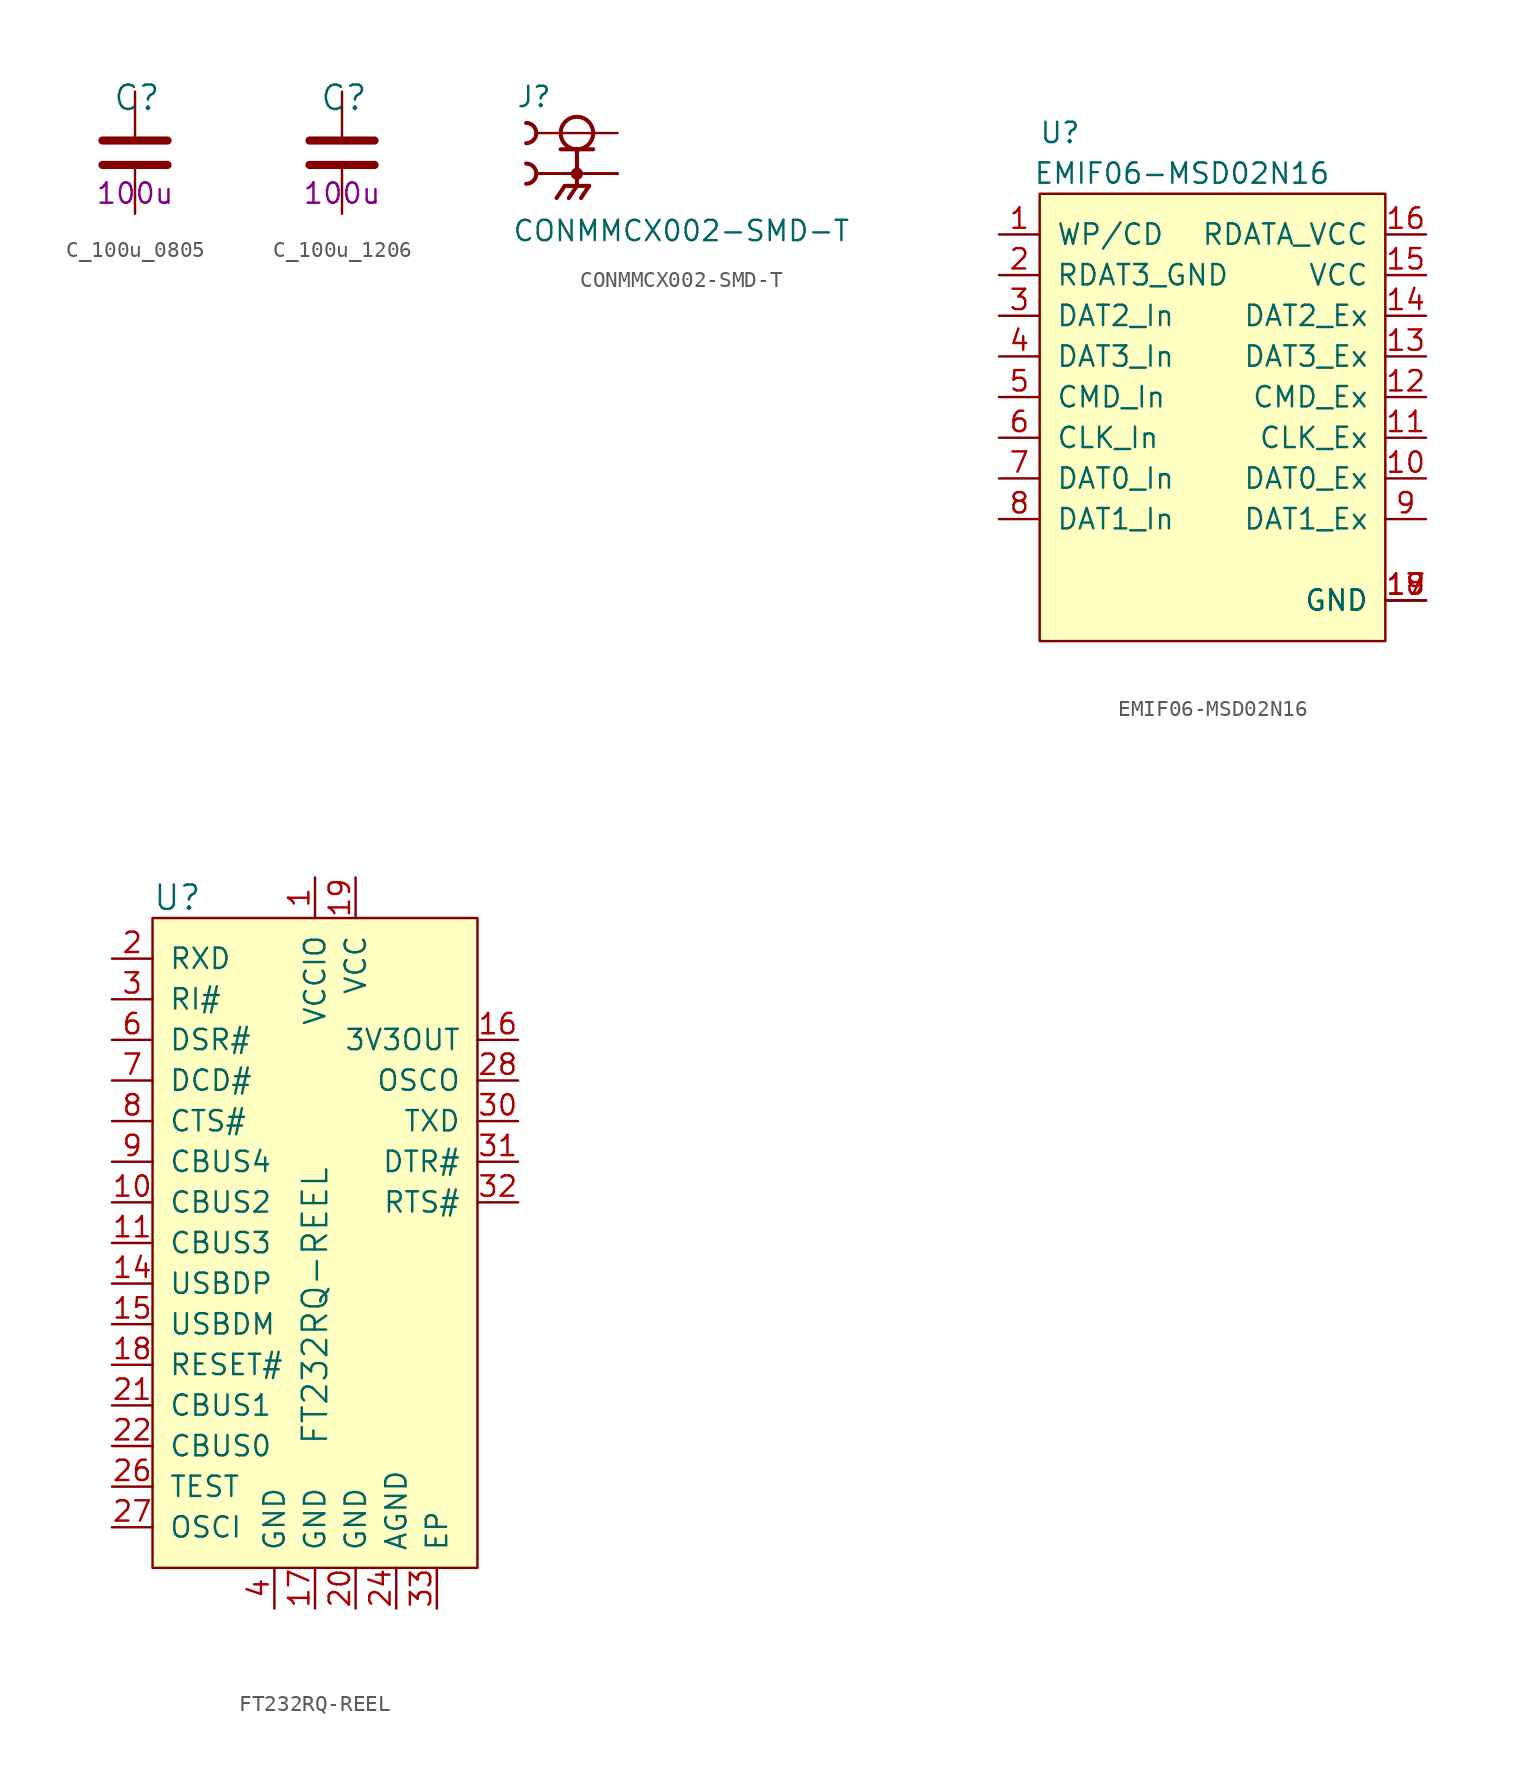
<source format=kicad_sym>
(kicad_symbol_lib
  (version 20211014)
  (generator kicad_symbol_editor)
  (symbol "C_100u_0805"
    (pin_names
      (offset 0))
    (property "Reference" "C"
      (at -1.397 3.429 0)
      (effects (font (size 1.524 1.524)) (justify left)))
    (property "Val" "100u"
      (at 0 -2.54 0)
      (effects (font (size 1.27 1.27))))
    (symbol "C_100u_0805_1_1"
      (polyline (pts (xy -2.032 -0.762) (xy 2.032 -0.762)) (stroke (width 0.508) (type default) (color 0 0 0 0)) (fill (type none)))
      (polyline (pts (xy -2.032 0.762) (xy 2.032 0.762)) (stroke (width 0.508) (type default) (color 0 0 0 0)) (fill (type none)))
      (pin passive line (at 0 3.81 270) (length 2.794) (name "~" (effects (font (size 0 0)))) (number "1" (effects (font (size 0 0)))))
      (pin passive line (at 0 -3.81 90) (length 2.794) (name "~" (effects (font (size 0 0)))) (number "2" (effects (font (size 0 0)))))))
  (symbol "C_100u_1206"
    (pin_names
      (offset 0))
    (property "Reference" "C"
      (at -1.397 3.429 0)
      (effects (font (size 1.524 1.524)) (justify left)))
    (property "Val" "100u"
      (at 0 -2.54 0)
      (effects (font (size 1.27 1.27))))
    (symbol "C_100u_1206_1_1"
      (polyline (pts (xy -2.032 -0.762) (xy 2.032 -0.762)) (stroke (width 0.508) (type default) (color 0 0 0 0)) (fill (type none)))
      (polyline (pts (xy -2.032 0.762) (xy 2.032 0.762)) (stroke (width 0.508) (type default) (color 0 0 0 0)) (fill (type none)))
      (pin passive line (at 0 3.81 270) (length 2.794) (name "~" (effects (font (size 0 0)))) (number "1" (effects (font (size 0 0)))))
      (pin passive line (at 0 -3.81 90) (length 2.794) (name "~" (effects (font (size 0 0)))) (number "2" (effects (font (size 0 0)))))))
  (symbol "CONMMCX002-SMD-T"
    (pin_numbers hide)
    (pin_names
      (offset 1.016) hide)
    (property "Reference" "J"
      (at -3.81 4.064 0)
      (effects (font (size 1.27 1.27)) (justify left bottom)))
    (property "Value" "CONMMCX002-SMD-T"
      (at -4.064 -4.318 0)
      (effects (font (size 1.27 1.27)) (justify left bottom)))
    (symbol "CONMMCX002-SMD-T_0_0"
      (arc (start -3.175 -0.635) (mid -2.54 0) (end -3.175 0.635) (stroke (width 0.254) (type default) (color 0 0 0 0)) (fill (type none)))
      (arc (start -3.175 1.905) (mid -2.54 2.54) (end -3.175 3.175) (stroke (width 0.254) (type default) (color 0 0 0 0)) (fill (type none)))
      (polyline (pts (xy -1.016 1.524) (xy 0 1.524)) (stroke (width 0.254) (type default) (color 0 0 0 0)) (fill (type none)))
      (polyline (pts (xy -0.762 -0.762) (xy -1.27 -1.524)) (stroke (width 0.254) (type default) (color 0 0 0 0)) (fill (type none)))
      (polyline (pts (xy 0 -0.762) (xy -0.762 -0.762)) (stroke (width 0.254) (type default) (color 0 0 0 0)) (fill (type none)))
      (polyline (pts (xy 0 -0.762) (xy -0.508 -1.524)) (stroke (width 0.254) (type default) (color 0 0 0 0)) (fill (type none)))
      (polyline (pts (xy 0 -0.762) (xy 0.762 -0.762)) (stroke (width 0.254) (type default) (color 0 0 0 0)) (fill (type none)))
      (polyline (pts (xy 0 1.524) (xy 0 -0.762)) (stroke (width 0.254) (type default) (color 0 0 0 0)) (fill (type none)))
      (polyline (pts (xy 0 1.524) (xy 1.016 1.524)) (stroke (width 0.254) (type default) (color 0 0 0 0)) (fill (type none)))
      (polyline (pts (xy 0.762 -0.762) (xy 0.254 -1.524)) (stroke (width 0.254) (type default) (color 0 0 0 0)) (fill (type none)))
      (circle (center 0 0) (radius 0.254) (stroke (width 0.254) (type default) (color 0 0 0 0)) (fill (type none)))
      (circle (center 0 2.54) (radius 1.016) (stroke (width 0.254) (type default) (color 0 0 0 0)) (fill (type none)))
      (pin passive line (at 2.54 2.54 180) (length 5.08) (name "~" (effects (font (size 1.016 1.016)))) (number "1" (effects (font (size 1.016 1.016)))))
      (pin passive line (at 2.54 0 180) (length 5.08) (name "~" (effects (font (size 1.016 1.016)))) (number "S1" (effects (font (size 1.016 1.016)))))
      (pin passive line (at 2.54 0 180) (length 5.08) (name "~" (effects (font (size 1.016 1.016)))) (number "S2" (effects (font (size 1.016 1.016)))))
      (pin passive line (at 2.54 0 180) (length 5.08) (name "~" (effects (font (size 1.016 1.016)))) (number "S3" (effects (font (size 1.016 1.016)))))
      (pin passive line (at 2.54 0 180) (length 5.08) (name "~" (effects (font (size 1.016 1.016)))) (number "S4" (effects (font (size 1.016 1.016)))))))
  (symbol "EMIF06-MSD02N16"
    (pin_names
      (offset 1.016))
    (property "Reference" "U"
      (at -8.89 19.05 0)
      (effects (font (size 1.27 1.27))))
    (property "Value" "EMIF06-MSD02N16"
      (at -1.27 16.51 0)
      (effects (font (size 1.27 1.27))))
    (symbol "EMIF06-MSD02N16_0_1"
      (rectangle (start -10.16 15.24) (end 11.43 -12.7) (stroke (width 0) (type default) (color 0 0 0 0)) (fill (type background))))
    (symbol "EMIF06-MSD02N16_1_1"
      (pin input line (at -12.7 12.7 0) (length 2.54) (name "WP/CD" (effects (font (size 1.27 1.27)))) (number "1" (effects (font (size 1.27 1.27)))))
      (pin input line (at 13.97 -2.54 180) (length 2.54) (name "DAT0_Ex" (effects (font (size 1.27 1.27)))) (number "10" (effects (font (size 1.27 1.27)))))
      (pin input line (at 13.97 0 180) (length 2.54) (name "CLK_Ex" (effects (font (size 1.27 1.27)))) (number "11" (effects (font (size 1.27 1.27)))))
      (pin input line (at 13.97 2.54 180) (length 2.54) (name "CMD_Ex" (effects (font (size 1.27 1.27)))) (number "12" (effects (font (size 1.27 1.27)))))
      (pin input line (at 13.97 5.08 180) (length 2.54) (name "DAT3_Ex" (effects (font (size 1.27 1.27)))) (number "13" (effects (font (size 1.27 1.27)))))
      (pin input line (at 13.97 7.62 180) (length 2.54) (name "DAT2_Ex" (effects (font (size 1.27 1.27)))) (number "14" (effects (font (size 1.27 1.27)))))
      (pin input line (at 13.97 10.16 180) (length 2.54) (name "VCC" (effects (font (size 1.27 1.27)))) (number "15" (effects (font (size 1.27 1.27)))))
      (pin input line (at 13.97 12.7 180) (length 2.54) (name "RDATA_VCC" (effects (font (size 1.27 1.27)))) (number "16" (effects (font (size 1.27 1.27)))))
      (pin input line (at 13.97 -10.16 180) (length 2.54) (name "GND" (effects (font (size 1.27 1.27)))) (number "17" (effects (font (size 1.27 1.27)))))
      (pin input line (at 13.97 -10.16 180) (length 2.54) (name "GND" (effects (font (size 1.27 1.27)))) (number "18" (effects (font (size 1.27 1.27)))))
      (pin input line (at 13.97 -10.16 180) (length 2.54) (name "GND" (effects (font (size 1.27 1.27)))) (number "19" (effects (font (size 1.27 1.27)))))
      (pin input line (at -12.7 10.16 0) (length 2.54) (name "RDAT3_GND" (effects (font (size 1.27 1.27)))) (number "2" (effects (font (size 1.27 1.27)))))
      (pin input line (at -12.7 7.62 0) (length 2.54) (name "DAT2_In" (effects (font (size 1.27 1.27)))) (number "3" (effects (font (size 1.27 1.27)))))
      (pin input line (at -12.7 5.08 0) (length 2.54) (name "DAT3_In" (effects (font (size 1.27 1.27)))) (number "4" (effects (font (size 1.27 1.27)))))
      (pin input line (at -12.7 2.54 0) (length 2.54) (name "CMD_In" (effects (font (size 1.27 1.27)))) (number "5" (effects (font (size 1.27 1.27)))))
      (pin input line (at -12.7 0 0) (length 2.54) (name "CLK_In" (effects (font (size 1.27 1.27)))) (number "6" (effects (font (size 1.27 1.27)))))
      (pin input line (at -12.7 -2.54 0) (length 2.54) (name "DAT0_In" (effects (font (size 1.27 1.27)))) (number "7" (effects (font (size 1.27 1.27)))))
      (pin input line (at -12.7 -5.08 0) (length 2.54) (name "DAT1_In" (effects (font (size 1.27 1.27)))) (number "8" (effects (font (size 1.27 1.27)))))
      (pin input line (at 13.97 -5.08 180) (length 2.54) (name "DAT1_Ex" (effects (font (size 1.27 1.27)))) (number "9" (effects (font (size 1.27 1.27)))))))
  (symbol "FT232RQ-REEL"
    (pin_names
      (offset 1.016))
    (property "Reference" "U"
      (at -15.24 1.27 0)
      (effects (font (size 1.524 1.524)) (justify left)))
    (property "Value" "FT232RQ-REEL"
      (at -5.08 -33.02 90)
      (effects (font (size 1.524 1.524)) (justify left)))
    (symbol "FT232RQ-REEL_0_1"
      (rectangle (start -15.24 0) (end 5.08 -40.64) (stroke (width 0) (type default) (color 0 0 0 0)) (fill (type background))))
    (symbol "FT232RQ-REEL_1_1"
      (pin power_in line (at -5.08 2.54 270) (length 2.54) (name "VCCIO" (effects (font (size 1.27 1.27)))) (number "1" (effects (font (size 1.27 1.27)))))
      (pin bidirectional line (at -17.78 -17.78 0) (length 2.54) (name "CBUS2" (effects (font (size 1.27 1.27)))) (number "10" (effects (font (size 1.27 1.27)))))
      (pin bidirectional line (at -17.78 -20.32 0) (length 2.54) (name "CBUS3" (effects (font (size 1.27 1.27)))) (number "11" (effects (font (size 1.27 1.27)))))
      (pin no_connect line (at 5.08 -22.86 180) (length 2.54) hide (name "NC" (effects (font (size 1.27 1.27)))) (number "12" (effects (font (size 1.27 1.27)))))
      (pin no_connect line (at 5.08 -25.4 180) (length 2.54) hide (name "NC" (effects (font (size 1.27 1.27)))) (number "13" (effects (font (size 1.27 1.27)))))
      (pin bidirectional line (at -17.78 -22.86 0) (length 2.54) (name "USBDP" (effects (font (size 1.27 1.27)))) (number "14" (effects (font (size 1.27 1.27)))))
      (pin bidirectional line (at -17.78 -25.4 0) (length 2.54) (name "USBDM" (effects (font (size 1.27 1.27)))) (number "15" (effects (font (size 1.27 1.27)))))
      (pin output line (at 7.62 -7.62 180) (length 2.54) (name "3V3OUT" (effects (font (size 1.27 1.27)))) (number "16" (effects (font (size 1.27 1.27)))))
      (pin power_in line (at -5.08 -43.18 90) (length 2.54) (name "GND" (effects (font (size 1.27 1.27)))) (number "17" (effects (font (size 1.27 1.27)))))
      (pin input line (at -17.78 -27.94 0) (length 2.54) (name "RESET#" (effects (font (size 1.27 1.27)))) (number "18" (effects (font (size 1.27 1.27)))))
      (pin power_in line (at -2.54 2.54 270) (length 2.54) (name "VCC" (effects (font (size 1.27 1.27)))) (number "19" (effects (font (size 1.27 1.27)))))
      (pin input line (at -17.78 -2.54 0) (length 2.54) (name "RXD" (effects (font (size 1.27 1.27)))) (number "2" (effects (font (size 1.27 1.27)))))
      (pin power_in line (at -2.54 -43.18 90) (length 2.54) (name "GND" (effects (font (size 1.27 1.27)))) (number "20" (effects (font (size 1.27 1.27)))))
      (pin bidirectional line (at -17.78 -30.48 0) (length 2.54) (name "CBUS1" (effects (font (size 1.27 1.27)))) (number "21" (effects (font (size 1.27 1.27)))))
      (pin bidirectional line (at -17.78 -33.02 0) (length 2.54) (name "CBUS0" (effects (font (size 1.27 1.27)))) (number "22" (effects (font (size 1.27 1.27)))))
      (pin no_connect line (at 5.08 -27.94 180) (length 2.54) hide (name "NC" (effects (font (size 1.27 1.27)))) (number "23" (effects (font (size 1.27 1.27)))))
      (pin power_in line (at 0 -43.18 90) (length 2.54) (name "AGND" (effects (font (size 1.27 1.27)))) (number "24" (effects (font (size 1.27 1.27)))))
      (pin no_connect line (at 5.08 -30.48 180) (length 2.54) hide (name "NC" (effects (font (size 1.27 1.27)))) (number "25" (effects (font (size 1.27 1.27)))))
      (pin input line (at -17.78 -35.56 0) (length 2.54) (name "TEST" (effects (font (size 1.27 1.27)))) (number "26" (effects (font (size 1.27 1.27)))))
      (pin input line (at -17.78 -38.1 0) (length 2.54) (name "OSCI" (effects (font (size 1.27 1.27)))) (number "27" (effects (font (size 1.27 1.27)))))
      (pin output line (at 7.62 -10.16 180) (length 2.54) (name "OSCO" (effects (font (size 1.27 1.27)))) (number "28" (effects (font (size 1.27 1.27)))))
      (pin no_connect line (at 5.08 -33.02 180) (length 2.54) hide (name "NC" (effects (font (size 1.27 1.27)))) (number "29" (effects (font (size 1.27 1.27)))))
      (pin input line (at -17.78 -5.08 0) (length 2.54) (name "RI#" (effects (font (size 1.27 1.27)))) (number "3" (effects (font (size 1.27 1.27)))))
      (pin output line (at 7.62 -12.7 180) (length 2.54) (name "TXD" (effects (font (size 1.27 1.27)))) (number "30" (effects (font (size 1.27 1.27)))))
      (pin output line (at 7.62 -15.24 180) (length 2.54) (name "DTR#" (effects (font (size 1.27 1.27)))) (number "31" (effects (font (size 1.27 1.27)))))
      (pin output line (at 7.62 -17.78 180) (length 2.54) (name "RTS#" (effects (font (size 1.27 1.27)))) (number "32" (effects (font (size 1.27 1.27)))))
      (pin unspecified line (at 2.54 -43.18 90) (length 2.54) (name "EP" (effects (font (size 1.27 1.27)))) (number "33" (effects (font (size 1.27 1.27)))))
      (pin power_in line (at -7.62 -43.18 90) (length 2.54) (name "GND" (effects (font (size 1.27 1.27)))) (number "4" (effects (font (size 1.27 1.27)))))
      (pin no_connect line (at 5.08 -20.32 180) (length 2.54) hide (name "NC" (effects (font (size 1.27 1.27)))) (number "5" (effects (font (size 1.27 1.27)))))
      (pin input line (at -17.78 -7.62 0) (length 2.54) (name "DSR#" (effects (font (size 1.27 1.27)))) (number "6" (effects (font (size 1.27 1.27)))))
      (pin input line (at -17.78 -10.16 0) (length 2.54) (name "DCD#" (effects (font (size 1.27 1.27)))) (number "7" (effects (font (size 1.27 1.27)))))
      (pin input line (at -17.78 -12.7 0) (length 2.54) (name "CTS#" (effects (font (size 1.27 1.27)))) (number "8" (effects (font (size 1.27 1.27)))))
      (pin bidirectional line (at -17.78 -15.24 0) (length 2.54) (name "CBUS4" (effects (font (size 1.27 1.27)))) (number "9" (effects (font (size 1.27 1.27))))))))
</source>
